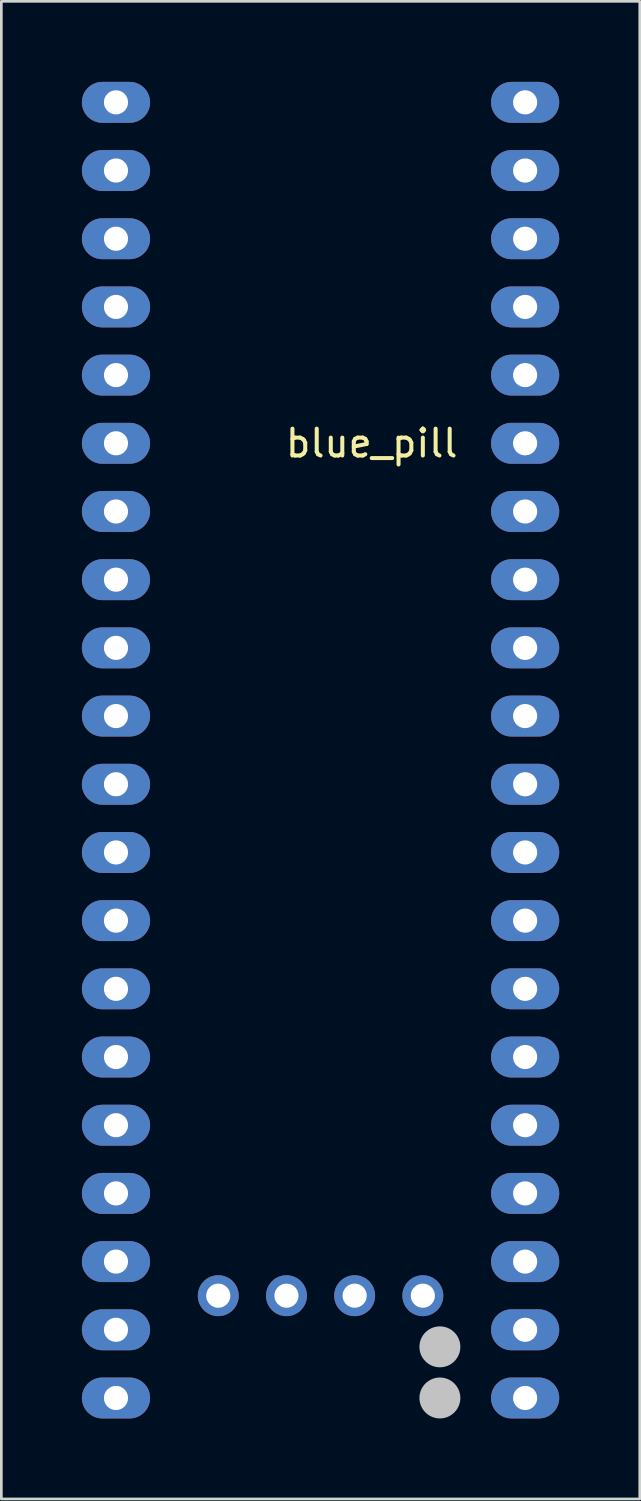
<source format=kicad_pcb>
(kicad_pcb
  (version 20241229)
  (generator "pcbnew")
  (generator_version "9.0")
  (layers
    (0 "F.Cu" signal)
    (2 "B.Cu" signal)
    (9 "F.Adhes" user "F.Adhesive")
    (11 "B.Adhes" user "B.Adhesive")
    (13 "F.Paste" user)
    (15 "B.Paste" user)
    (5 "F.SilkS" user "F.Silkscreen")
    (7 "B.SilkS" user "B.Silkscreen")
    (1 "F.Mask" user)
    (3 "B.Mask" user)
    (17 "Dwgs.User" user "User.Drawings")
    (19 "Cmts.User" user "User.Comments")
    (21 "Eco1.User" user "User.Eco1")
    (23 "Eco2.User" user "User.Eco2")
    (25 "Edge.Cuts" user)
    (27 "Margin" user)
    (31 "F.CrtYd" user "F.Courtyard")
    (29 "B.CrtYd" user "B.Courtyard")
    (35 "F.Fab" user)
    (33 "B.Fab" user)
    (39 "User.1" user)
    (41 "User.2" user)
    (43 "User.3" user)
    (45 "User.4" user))
  (footprint "blue_pill"
    (layer "F.Cu")
    (at 10.795 21.717)
    (property "Reference" "blue_pill" (at 0 -8.255 0) (layer "F.SilkS") (effects (font (size 1 1) (thickness 0.15))))
    (attr through_hole)
    (pad "" smd circle (at 2.54 25.4) (size 1.524 1.524) (layers "Dwgs.User"))
    (pad "" smd circle (at 2.54 27.305) (size 1.524 1.524) (layers "Dwgs.User"))
    (pad "3V3" thru_hole oval (at -9.525 27.305) (size 2.54 1.524) (drill 0.9) (layers "*.Cu" "*.Mask"))
    (pad "3V3" thru_hole circle (at -5.715 23.495) (size 1.524 1.524) (drill 0.9) (layers "*.Cu" "*.Mask"))
    (pad "3V3" thru_hole oval (at 5.715 -15.875) (size 2.54 1.524) (drill 0.9) (layers "*.Cu" "*.Mask"))
    (pad "5V" thru_hole oval (at -9.525 22.225) (size 2.54 1.524) (drill 0.9) (layers "*.Cu" "*.Mask"))
    (pad "G" thru_hole oval (at -9.525 24.765) (size 2.54 1.524) (drill 0.9) (layers "*.Cu" "*.Mask"))
    (pad "G" thru_hole circle (at 1.905 23.495) (size 1.524 1.524) (drill 0.9) (layers "*.Cu" "*.Mask"))
    (pad "G" thru_hole oval (at 5.715 -20.955) (size 2.54 1.524) (drill 0.9) (layers "*.Cu" "*.Mask"))
    (pad "G" thru_hole oval (at 5.715 -18.415) (size 2.54 1.524) (drill 0.9) (layers "*.Cu" "*.Mask"))
    (pad "NRST" thru_hole oval (at 5.715 -13.335) (size 2.54 1.524) (drill 0.9) (layers "*.Cu" "*.Mask"))
    (pad "PA0" thru_hole oval (at 5.715 17.145) (size 2.54 1.524) (drill 0.9) (layers "*.Cu" "*.Mask"))
    (pad "PA1" thru_hole oval (at 5.715 14.605) (size 2.54 1.524) (drill 0.9) (layers "*.Cu" "*.Mask"))
    (pad "PA2" thru_hole oval (at 5.715 12.065) (size 2.54 1.524) (drill 0.9) (layers "*.Cu" "*.Mask"))
    (pad "PA3" thru_hole oval (at 5.715 9.525) (size 2.54 1.524) (drill 0.9) (layers "*.Cu" "*.Mask"))
    (pad "PA4" thru_hole oval (at 5.715 6.985) (size 2.54 1.524) (drill 0.9) (layers "*.Cu" "*.Mask"))
    (pad "PA5" thru_hole oval (at 5.715 4.445) (size 2.54 1.524) (drill 0.9) (layers "*.Cu" "*.Mask"))
    (pad "PA6" thru_hole oval (at 5.715 1.905) (size 2.54 1.524) (drill 0.9) (layers "*.Cu" "*.Mask"))
    (pad "PA7" thru_hole oval (at 5.715 -0.635) (size 2.54 1.524) (drill 0.9) (layers "*.Cu" "*.Mask"))
    (pad "PA8" thru_hole oval (at -9.525 -10.795) (size 2.54 1.524) (drill 0.9) (layers "*.Cu" "*.Mask"))
    (pad "PA9" thru_hole oval (at -9.525 -8.255) (size 2.54 1.524) (drill 0.9) (layers "*.Cu" "*.Mask"))
    (pad "PA10" thru_hole oval (at -9.525 -5.715) (size 2.54 1.524) (drill 0.9) (layers "*.Cu" "*.Mask"))
    (pad "PA11" thru_hole oval (at -9.525 -3.175) (size 2.54 1.524) (drill 0.9) (layers "*.Cu" "*.Mask"))
    (pad "PA12" thru_hole oval (at -9.525 -0.635) (size 2.54 1.524) (drill 0.9) (layers "*.Cu" "*.Mask"))
    (pad "PA15" thru_hole oval (at -9.525 1.905) (size 2.54 1.524) (drill 0.9) (layers "*.Cu" "*.Mask"))
    (pad "PB0" thru_hole oval (at 5.715 -3.175) (size 2.54 1.524) (drill 0.9) (layers "*.Cu" "*.Mask"))
    (pad "PB1" thru_hole oval (at 5.715 -5.715) (size 2.54 1.524) (drill 0.9) (layers "*.Cu" "*.Mask"))
    (pad "PB3" thru_hole oval (at -9.525 4.445) (size 2.54 1.524) (drill 0.9) (layers "*.Cu" "*.Mask"))
    (pad "PB4" thru_hole oval (at -9.525 6.985) (size 2.54 1.524) (drill 0.9) (layers "*.Cu" "*.Mask"))
    (pad "PB5" thru_hole oval (at -9.525 9.525) (size 2.54 1.524) (drill 0.9) (layers "*.Cu" "*.Mask"))
    (pad "PB6" thru_hole oval (at -9.525 12.065) (size 2.54 1.524) (drill 0.9) (layers "*.Cu" "*.Mask"))
    (pad "PB7" thru_hole oval (at -9.525 14.605) (size 2.54 1.524) (drill 0.9) (layers "*.Cu" "*.Mask"))
    (pad "PB8" thru_hole oval (at -9.525 17.145) (size 2.54 1.524) (drill 0.9) (layers "*.Cu" "*.Mask"))
    (pad "PB9" thru_hole oval (at -9.525 19.685) (size 2.54 1.524) (drill 0.9) (layers "*.Cu" "*.Mask"))
    (pad "PB10" thru_hole oval (at 5.715 -8.255) (size 2.54 1.524) (drill 0.9) (layers "*.Cu" "*.Mask"))
    (pad "PB11" thru_hole oval (at 5.715 -10.795) (size 2.54 1.524) (drill 0.9) (layers "*.Cu" "*.Mask"))
    (pad "PB12" thru_hole oval (at -9.525 -20.955) (size 2.54 1.524) (drill 0.9) (layers "*.Cu" "*.Mask"))
    (pad "PB13" thru_hole oval (at -9.525 -18.415) (size 2.54 1.524) (drill 0.9) (layers "*.Cu" "*.Mask"))
    (pad "PB14" thru_hole oval (at -9.525 -15.875) (size 2.54 1.524) (drill 0.9) (layers "*.Cu" "*.Mask"))
    (pad "PB15" thru_hole oval (at -9.525 -13.335) (size 2.54 1.524) (drill 0.9) (layers "*.Cu" "*.Mask"))
    (pad "PC13" thru_hole oval (at 5.715 24.765) (size 2.54 1.524) (drill 0.9) (layers "*.Cu" "*.Mask"))
    (pad "PC14" thru_hole oval (at 5.715 22.225) (size 2.54 1.524) (drill 0.9) (layers "*.Cu" "*.Mask"))
    (pad "PC15" thru_hole oval (at 5.715 19.685) (size 2.54 1.524) (drill 0.9) (layers "*.Cu" "*.Mask"))
    (pad "SWCLK" thru_hole circle (at -0.635 23.495) (size 1.524 1.524) (drill 0.9) (layers "*.Cu" "*.Mask"))
    (pad "SWO" thru_hole circle (at -3.175 23.495) (size 1.524 1.524) (drill 0.9) (layers "*.Cu" "*.Mask"))
    (pad "VBAT" thru_hole oval (at 5.715 27.305) (size 2.54 1.524) (drill 0.9) (layers "*.Cu" "*.Mask")))
  (gr_rect
    (start -3 -3)
    (end 20.78 52.784)
    (stroke (width 0.1) (type default))
    (fill no)
    (layer "Edge.Cuts")))
</source>
